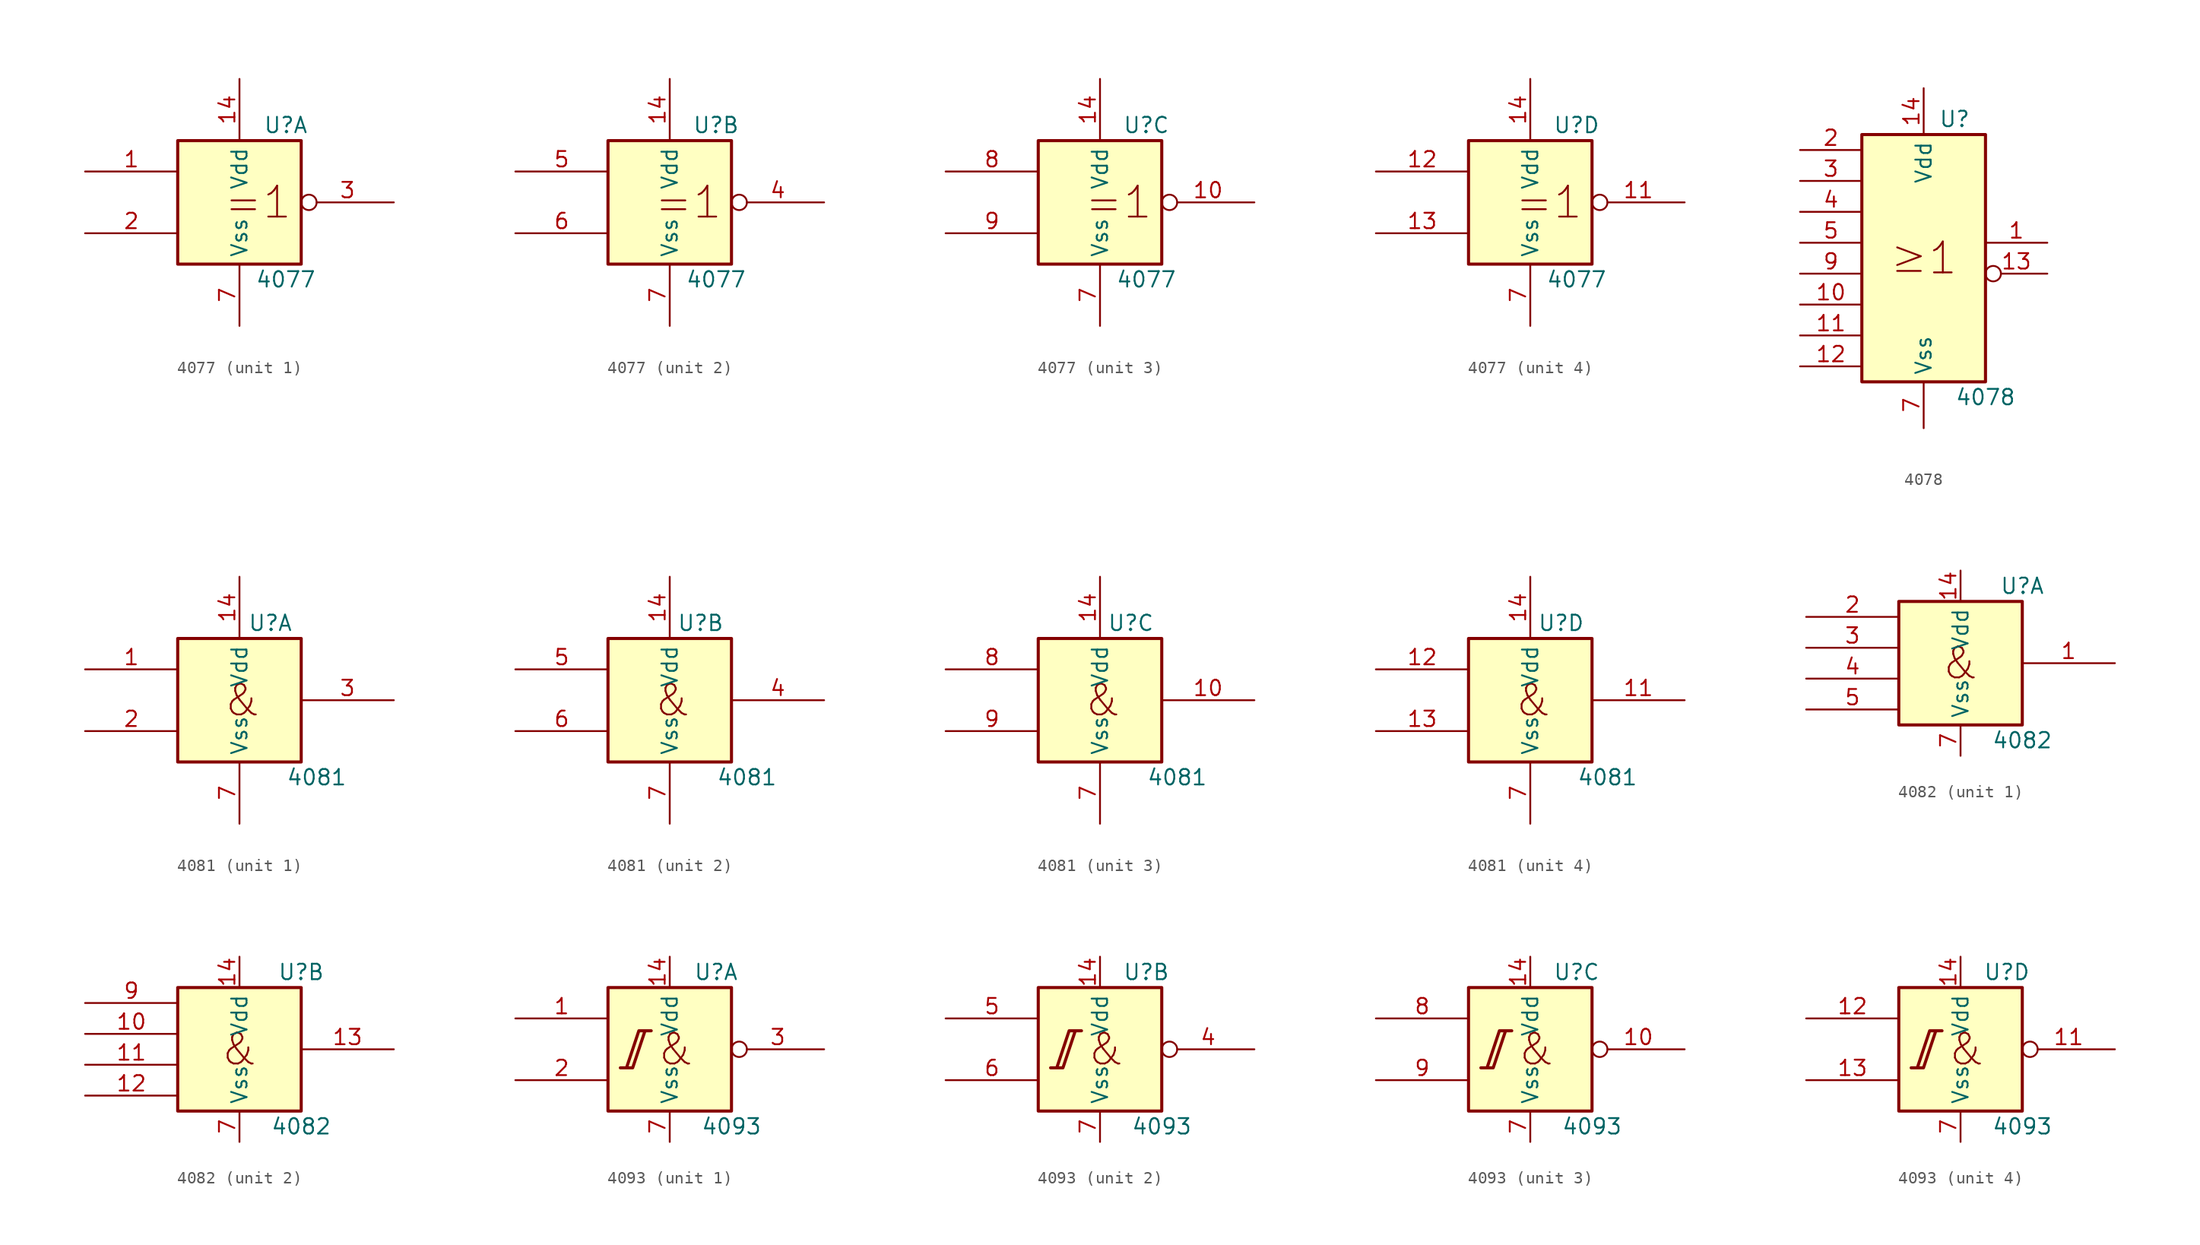
<source format=kicad_sym>
(kicad_symbol_lib
  (version 20241209)
  (generator "kicad_symbol_editor")
  (generator_version "9.0")
  (symbol "4077"
    (property "Reference" "U"
      (at 3.81 6.35 0)
      (effects (font (size 1.27 1.27))))
    (property "Value" "4077"
      (at 3.81 -6.35 0)
      (effects (font (size 1.27 1.27))))
    (symbol "4077_0_0"
      (rectangle (start -5.08 5.08) (end 5.08 -5.08) (stroke (width 0.254) (type default)) (fill (type background)))
      (text "=1" (at 1.524 0 0) (effects (font (size 2.54 2.54))))
      (pin power_in line (at 0 10.16 270) (length 5.08) (name "Vdd" (effects (font (size 1.27 1.27)))) (number "14" (effects (font (size 1.27 1.27)))))
      (pin power_in line (at 0 -10.16 90) (length 5.08) (name "Vss" (effects (font (size 1.27 1.27)))) (number "7" (effects (font (size 1.27 1.27))))))
    (symbol "4077_1_1"
      (pin input line (at -12.7 2.54 0) (length 7.62) (name "~" (effects (font (size 1.27 1.27)))) (number "1" (effects (font (size 1.27 1.27)))))
      (pin input line (at -12.7 -2.54 0) (length 7.62) (name "~" (effects (font (size 1.27 1.27)))) (number "2" (effects (font (size 1.27 1.27)))))
      (pin output inverted (at 12.7 0 180) (length 7.62) (name "~" (effects (font (size 1.27 1.27)))) (number "3" (effects (font (size 1.27 1.27))))))
    (symbol "4077_2_1"
      (pin input line (at -12.7 2.54 0) (length 7.62) (name "~" (effects (font (size 1.27 1.27)))) (number "5" (effects (font (size 1.27 1.27)))))
      (pin input line (at -12.7 -2.54 0) (length 7.62) (name "~" (effects (font (size 1.27 1.27)))) (number "6" (effects (font (size 1.27 1.27)))))
      (pin output inverted (at 12.7 0 180) (length 7.62) (name "~" (effects (font (size 1.27 1.27)))) (number "4" (effects (font (size 1.27 1.27))))))
    (symbol "4077_3_1"
      (pin input line (at -12.7 2.54 0) (length 7.62) (name "~" (effects (font (size 1.27 1.27)))) (number "8" (effects (font (size 1.27 1.27)))))
      (pin input line (at -12.7 -2.54 0) (length 7.62) (name "~" (effects (font (size 1.27 1.27)))) (number "9" (effects (font (size 1.27 1.27)))))
      (pin output inverted (at 12.7 0 180) (length 7.62) (name "~" (effects (font (size 1.27 1.27)))) (number "10" (effects (font (size 1.27 1.27))))))
    (symbol "4077_4_1"
      (pin input line (at -12.7 2.54 0) (length 7.62) (name "~" (effects (font (size 1.27 1.27)))) (number "12" (effects (font (size 1.27 1.27)))))
      (pin input line (at -12.7 -2.54 0) (length 7.62) (name "~" (effects (font (size 1.27 1.27)))) (number "13" (effects (font (size 1.27 1.27)))))
      (pin output inverted (at 12.7 0 180) (length 7.62) (name "~" (effects (font (size 1.27 1.27)))) (number "11" (effects (font (size 1.27 1.27)))))))
  (symbol "4078"
    (property "Reference" "U"
      (at 2.54 10.16 0)
      (effects (font (size 1.27 1.27))))
    (property "Value" "4078"
      (at 5.08 -12.7 0)
      (effects (font (size 1.27 1.27))))
    (symbol "4078_0_0"
      (rectangle (start -5.08 8.89) (end 5.08 -11.43) (stroke (width 0.254) (type default)) (fill (type background)))
      (pin power_in line (at 0 12.7 270) (length 3.81) (name "Vdd" (effects (font (size 1.27 1.27)))) (number "14" (effects (font (size 1.27 1.27))))))
    (symbol "4078_1_0"
      (text "≥1" (at 0 -1.27 0) (effects (font (size 2.54 2.54))))
      (pin power_in line (at 0 -15.24 90) (length 3.81) (name "Vss" (effects (font (size 1.27 1.27)))) (number "7" (effects (font (size 1.27 1.27))))))
    (symbol "4078_1_1"
      (pin input line (at -10.16 7.62 0) (length 5.08) (name "~" (effects (font (size 1.27 1.27)))) (number "2" (effects (font (size 1.27 1.27)))))
      (pin input line (at -10.16 5.08 0) (length 5.08) (name "~" (effects (font (size 1.27 1.27)))) (number "3" (effects (font (size 1.27 1.27)))))
      (pin input line (at -10.16 2.54 0) (length 5.08) (name "~" (effects (font (size 1.27 1.27)))) (number "4" (effects (font (size 1.27 1.27)))))
      (pin input line (at -10.16 0 0) (length 5.08) (name "~" (effects (font (size 1.27 1.27)))) (number "5" (effects (font (size 1.27 1.27)))))
      (pin input line (at -10.16 -2.54 0) (length 5.08) (name "~" (effects (font (size 1.27 1.27)))) (number "9" (effects (font (size 1.27 1.27)))))
      (pin input line (at -10.16 -5.08 0) (length 5.08) (name "~" (effects (font (size 1.27 1.27)))) (number "10" (effects (font (size 1.27 1.27)))))
      (pin input line (at -10.16 -7.62 0) (length 5.08) (name "~" (effects (font (size 1.27 1.27)))) (number "11" (effects (font (size 1.27 1.27)))))
      (pin input line (at -10.16 -10.16 0) (length 5.08) (name "~" (effects (font (size 1.27 1.27)))) (number "12" (effects (font (size 1.27 1.27)))))
      (pin no_connect line (at 5.08 5.08 180) (length 3.81) (hide yes) (name "~" (effects (font (size 1.27 1.27)))) (number "8" (effects (font (size 1.27 1.27)))))
      (pin no_connect line (at 5.08 2.54 180) (length 3.81) (hide yes) (name "~" (effects (font (size 1.27 1.27)))) (number "6" (effects (font (size 1.27 1.27)))))
      (pin output line (at 10.16 0 180) (length 5.08) (name "~" (effects (font (size 1.27 1.27)))) (number "1" (effects (font (size 1.27 1.27)))))
      (pin output inverted (at 10.16 -2.54 180) (length 5.08) (name "~" (effects (font (size 1.27 1.27)))) (number "13" (effects (font (size 1.27 1.27)))))))
  (symbol "4081"
    (property "Reference" "U"
      (at 2.54 6.35 0)
      (effects (font (size 1.27 1.27))))
    (property "Value" "4081"
      (at 6.35 -6.35 0)
      (effects (font (size 1.27 1.27))))
    (symbol "4081_0_0"
      (rectangle (start -5.08 5.08) (end 5.08 -5.08) (stroke (width 0.254) (type default)) (fill (type background)))
      (text "&" (at 0.254 0 0) (effects (font (size 2.54 2.54))))
      (pin power_in line (at 0 10.16 270) (length 5.08) (name "Vdd" (effects (font (size 1.27 1.27)))) (number "14" (effects (font (size 1.27 1.27)))))
      (pin power_in line (at 0 -10.16 90) (length 5.08) (name "Vss" (effects (font (size 1.27 1.27)))) (number "7" (effects (font (size 1.27 1.27))))))
    (symbol "4081_1_1"
      (pin input line (at -12.7 2.54 0) (length 7.62) (name "~" (effects (font (size 1.27 1.27)))) (number "1" (effects (font (size 1.27 1.27)))))
      (pin input line (at -12.7 -2.54 0) (length 7.62) (name "~" (effects (font (size 1.27 1.27)))) (number "2" (effects (font (size 1.27 1.27)))))
      (pin output line (at 12.7 0 180) (length 7.62) (name "~" (effects (font (size 1.27 1.27)))) (number "3" (effects (font (size 1.27 1.27))))))
    (symbol "4081_2_1"
      (pin input line (at -12.7 2.54 0) (length 7.62) (name "~" (effects (font (size 1.27 1.27)))) (number "5" (effects (font (size 1.27 1.27)))))
      (pin input line (at -12.7 -2.54 0) (length 7.62) (name "~" (effects (font (size 1.27 1.27)))) (number "6" (effects (font (size 1.27 1.27)))))
      (pin output line (at 12.7 0 180) (length 7.62) (name "~" (effects (font (size 1.27 1.27)))) (number "4" (effects (font (size 1.27 1.27))))))
    (symbol "4081_3_1"
      (pin input line (at -12.7 2.54 0) (length 7.62) (name "~" (effects (font (size 1.27 1.27)))) (number "8" (effects (font (size 1.27 1.27)))))
      (pin input line (at -12.7 -2.54 0) (length 7.62) (name "~" (effects (font (size 1.27 1.27)))) (number "9" (effects (font (size 1.27 1.27)))))
      (pin output line (at 12.7 0 180) (length 7.62) (name "~" (effects (font (size 1.27 1.27)))) (number "10" (effects (font (size 1.27 1.27))))))
    (symbol "4081_4_1"
      (pin input line (at -12.7 2.54 0) (length 7.62) (name "~" (effects (font (size 1.27 1.27)))) (number "12" (effects (font (size 1.27 1.27)))))
      (pin input line (at -12.7 -2.54 0) (length 7.62) (name "~" (effects (font (size 1.27 1.27)))) (number "13" (effects (font (size 1.27 1.27)))))
      (pin output line (at 12.7 0 180) (length 7.62) (name "~" (effects (font (size 1.27 1.27)))) (number "11" (effects (font (size 1.27 1.27)))))))
  (symbol "4082"
    (property "Reference" "U"
      (at 5.08 6.35 0)
      (effects (font (size 1.27 1.27))))
    (property "Value" "4082"
      (at 5.08 -6.35 0)
      (effects (font (size 1.27 1.27))))
    (symbol "4082_0_0"
      (text "&" (at 0 0 0) (effects (font (size 2.54 2.54))))
      (pin power_in line (at 0 7.62 270) (length 2.54) (name "Vdd" (effects (font (size 1.27 1.27)))) (number "14" (effects (font (size 1.27 1.27)))))
      (pin power_in line (at 0 -7.62 90) (length 2.54) (name "Vss" (effects (font (size 1.27 1.27)))) (number "7" (effects (font (size 1.27 1.27))))))
    (symbol "4082_0_1"
      (rectangle (start -5.08 5.08) (end 5.08 -5.08) (stroke (width 0.254) (type default)) (fill (type background))))
    (symbol "4082_1_1"
      (pin input line (at -12.7 3.81 0) (length 7.62) (name "~" (effects (font (size 1.27 1.27)))) (number "2" (effects (font (size 1.27 1.27)))))
      (pin input line (at -12.7 1.27 0) (length 7.62) (name "~" (effects (font (size 1.27 1.27)))) (number "3" (effects (font (size 1.27 1.27)))))
      (pin input line (at -12.7 -1.27 0) (length 7.62) (name "~" (effects (font (size 1.27 1.27)))) (number "4" (effects (font (size 1.27 1.27)))))
      (pin input line (at -12.7 -3.81 0) (length 7.62) (name "~" (effects (font (size 1.27 1.27)))) (number "5" (effects (font (size 1.27 1.27)))))
      (pin output line (at 12.7 0 180) (length 7.62) (name "~" (effects (font (size 1.27 1.27)))) (number "1" (effects (font (size 1.27 1.27))))))
    (symbol "4082_2_1"
      (pin input line (at -12.7 3.81 0) (length 7.62) (name "~" (effects (font (size 1.27 1.27)))) (number "9" (effects (font (size 1.27 1.27)))))
      (pin input line (at -12.7 1.27 0) (length 7.62) (name "~" (effects (font (size 1.27 1.27)))) (number "10" (effects (font (size 1.27 1.27)))))
      (pin input line (at -12.7 -1.27 0) (length 7.62) (name "~" (effects (font (size 1.27 1.27)))) (number "11" (effects (font (size 1.27 1.27)))))
      (pin input line (at -12.7 -3.81 0) (length 7.62) (name "~" (effects (font (size 1.27 1.27)))) (number "12" (effects (font (size 1.27 1.27)))))
      (pin output line (at 12.7 0 180) (length 7.62) (name "~" (effects (font (size 1.27 1.27)))) (number "13" (effects (font (size 1.27 1.27)))))))
  (symbol "4093"
    (property "Reference" "U"
      (at 3.81 6.35 0)
      (effects (font (size 1.27 1.27))))
    (property "Value" "4093"
      (at 5.08 -6.35 0)
      (effects (font (size 1.27 1.27))))
    (symbol "4093_0_0"
      (rectangle (start -5.08 5.08) (end 5.08 -5.08) (stroke (width 0.254) (type default)) (fill (type background)))
      (polyline (pts (xy -4.064 -1.524) (xy -3.048 -1.524) (xy -2.032 1.524) (xy -1.524 1.524) (xy -2.54 1.524) (xy -3.556 -1.524) (xy -3.556 -1.524)) (stroke (width 0.254) (type default)) (fill (type background)))
      (text "&" (at 0.508 0 0) (effects (font (size 2.54 2.54))))
      (pin power_in line (at 0 7.62 270) (length 2.54) (name "Vdd" (effects (font (size 1.27 1.27)))) (number "14" (effects (font (size 1.27 1.27)))))
      (pin power_in line (at 0 -7.62 90) (length 2.54) (name "Vss" (effects (font (size 1.27 1.27)))) (number "7" (effects (font (size 1.27 1.27))))))
    (symbol "4093_1_1"
      (pin input line (at -12.7 2.54 0) (length 7.62) (name "~" (effects (font (size 1.27 1.27)))) (number "1" (effects (font (size 1.27 1.27)))))
      (pin input line (at -12.7 -2.54 0) (length 7.62) (name "~" (effects (font (size 1.27 1.27)))) (number "2" (effects (font (size 1.27 1.27)))))
      (pin output inverted (at 12.7 0 180) (length 7.62) (name "~" (effects (font (size 1.27 1.27)))) (number "3" (effects (font (size 1.27 1.27))))))
    (symbol "4093_2_1"
      (pin input line (at -12.7 2.54 0) (length 7.62) (name "~" (effects (font (size 1.27 1.27)))) (number "5" (effects (font (size 1.27 1.27)))))
      (pin input line (at -12.7 -2.54 0) (length 7.62) (name "~" (effects (font (size 1.27 1.27)))) (number "6" (effects (font (size 1.27 1.27)))))
      (pin output inverted (at 12.7 0 180) (length 7.62) (name "~" (effects (font (size 1.27 1.27)))) (number "4" (effects (font (size 1.27 1.27))))))
    (symbol "4093_3_1"
      (pin input line (at -12.7 2.54 0) (length 7.62) (name "~" (effects (font (size 1.27 1.27)))) (number "8" (effects (font (size 1.27 1.27)))))
      (pin input line (at -12.7 -2.54 0) (length 7.62) (name "~" (effects (font (size 1.27 1.27)))) (number "9" (effects (font (size 1.27 1.27)))))
      (pin output inverted (at 12.7 0 180) (length 7.62) (name "~" (effects (font (size 1.27 1.27)))) (number "10" (effects (font (size 1.27 1.27))))))
    (symbol "4093_4_1"
      (pin input line (at -12.7 2.54 0) (length 7.62) (name "~" (effects (font (size 1.27 1.27)))) (number "12" (effects (font (size 1.27 1.27)))))
      (pin input line (at -12.7 -2.54 0) (length 7.62) (name "~" (effects (font (size 1.27 1.27)))) (number "13" (effects (font (size 1.27 1.27)))))
      (pin output inverted (at 12.7 0 180) (length 7.62) (name "~" (effects (font (size 1.27 1.27)))) (number "11" (effects (font (size 1.27 1.27))))))))
</source>
